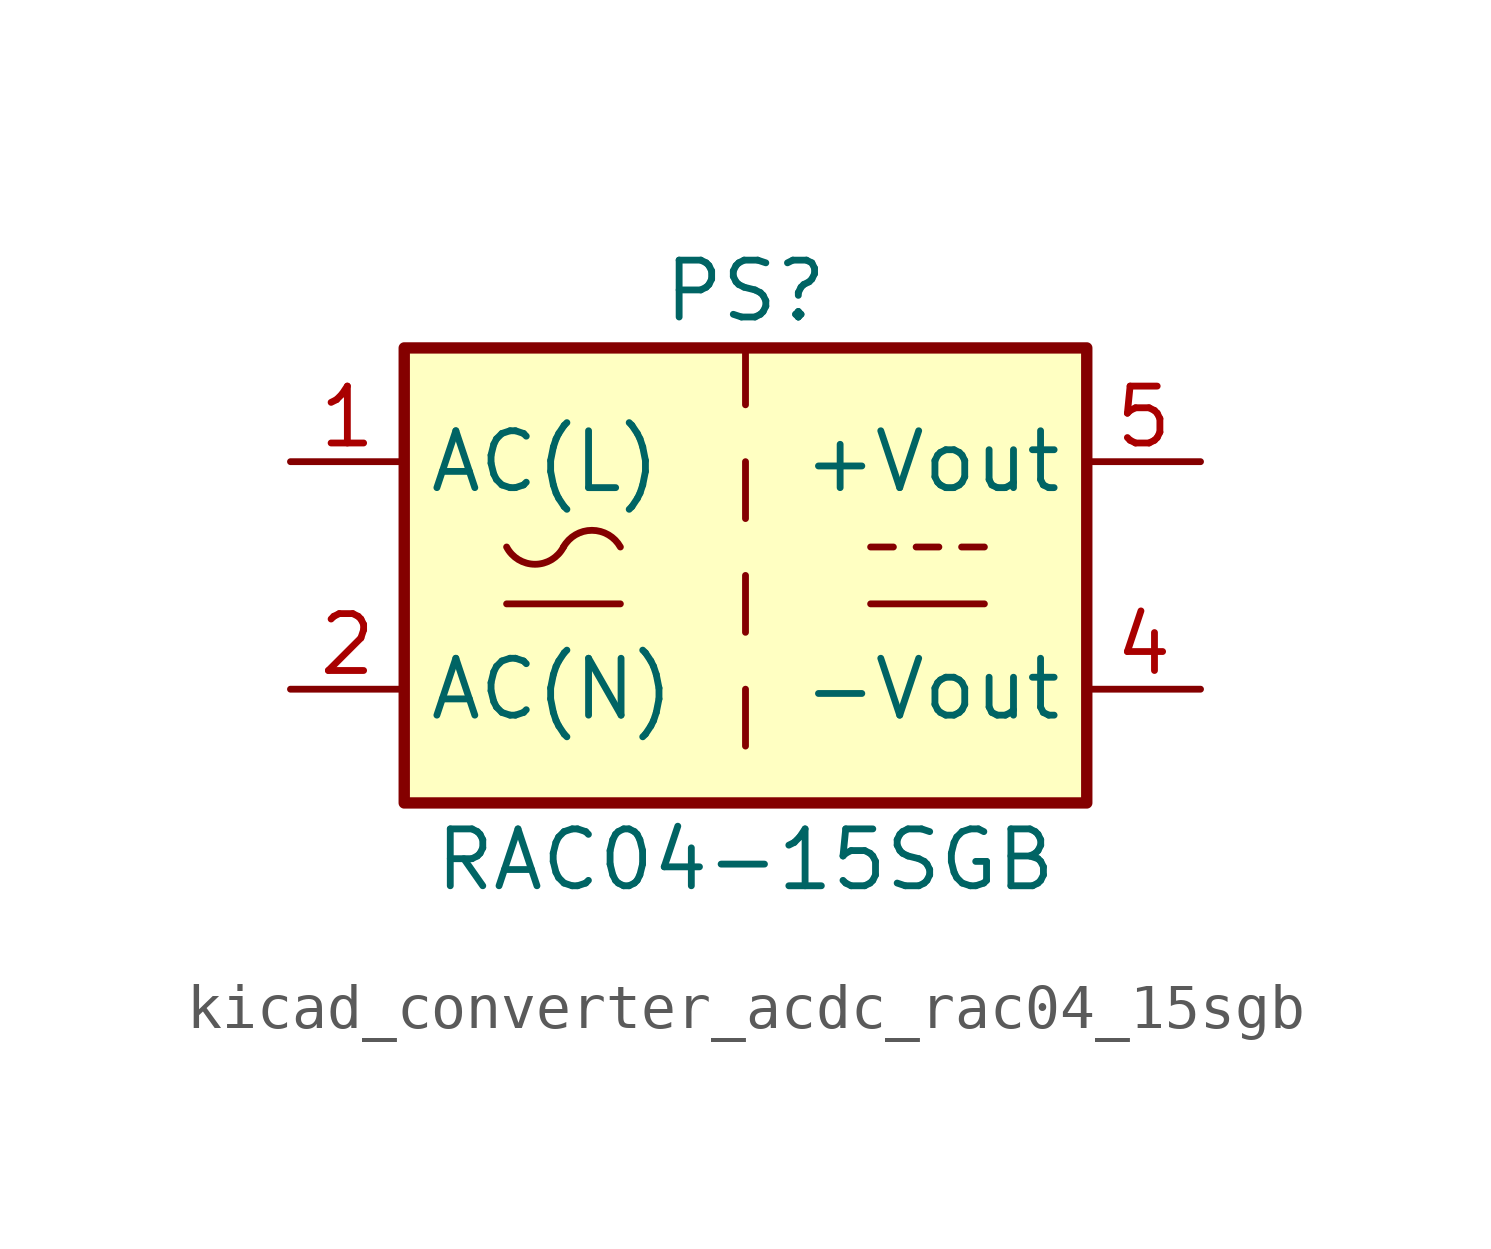
<source format=kicad_sym>
(kicad_symbol_lib
  (version 20220914)
  (generator kicad_symbol_editor)
  (symbol "kicad_converter_acdc_rac04_15sgb"
    (property "Reference" "PS"
      (at 0 6.35 0)
      (effects (font (size 1.27 1.27))))
    (property "Value" "RAC04-15SGB"
      (at 0 -6.35 0)
      (effects (font (size 1.27 1.27))))
    (symbol "kicad_converter_acdc_rac04_15sgb_1_1"
      (rectangle (start -7.62 5.08) (end 7.62 -5.08) (stroke (width 0.254) (type default)) (fill (type background)))
      (arc (start -5.334 0.635) (mid -4.699 0.2495) (end -4.064 0.635) (stroke (width 0) (type default)) (fill (type none)))
      (arc (start -2.794 0.635) (mid -3.429 1.0072) (end -4.064 0.635) (stroke (width 0) (type default)) (fill (type none)))
      (polyline (pts (xy -5.334 -0.635) (xy -2.794 -0.635)) (stroke (width 0) (type default)) (fill (type none)))
      (polyline (pts (xy 0 -2.54) (xy 0 -3.81)) (stroke (width 0) (type default)) (fill (type none)))
      (polyline (pts (xy 0 0) (xy 0 -1.27)) (stroke (width 0) (type default)) (fill (type none)))
      (polyline (pts (xy 0 2.54) (xy 0 1.27)) (stroke (width 0) (type default)) (fill (type none)))
      (polyline (pts (xy 0 5.08) (xy 0 3.81)) (stroke (width 0) (type default)) (fill (type none)))
      (polyline (pts (xy 2.794 -0.635) (xy 5.334 -0.635)) (stroke (width 0) (type default)) (fill (type none)))
      (polyline (pts (xy 2.794 0.635) (xy 3.302 0.635)) (stroke (width 0) (type default)) (fill (type none)))
      (polyline (pts (xy 3.81 0.635) (xy 4.318 0.635)) (stroke (width 0) (type default)) (fill (type none)))
      (polyline (pts (xy 4.826 0.635) (xy 5.334 0.635)) (stroke (width 0) (type default)) (fill (type none)))
      (pin power_in line (at -10.16 2.54 0) (length 2.54) (name "AC(L)" (effects (font (size 1.27 1.27)))) (number "1" (effects (font (size 1.27 1.27)))))
      (pin power_in line (at -10.16 -2.54 0) (length 2.54) (name "AC(N)" (effects (font (size 1.27 1.27)))) (number "2" (effects (font (size 1.27 1.27)))))
      (pin no_connect line (at 7.62 0 180) (length 2.54) hide (name "NC" (effects (font (size 1.27 1.27)))) (number "3" (effects (font (size 1.27 1.27)))))
      (pin power_out line (at 10.16 -2.54 180) (length 2.54) (name "-Vout" (effects (font (size 1.27 1.27)))) (number "4" (effects (font (size 1.27 1.27)))))
      (pin power_out line (at 10.16 2.54 180) (length 2.54) (name "+Vout" (effects (font (size 1.27 1.27)))) (number "5" (effects (font (size 1.27 1.27))))))))
</source>
